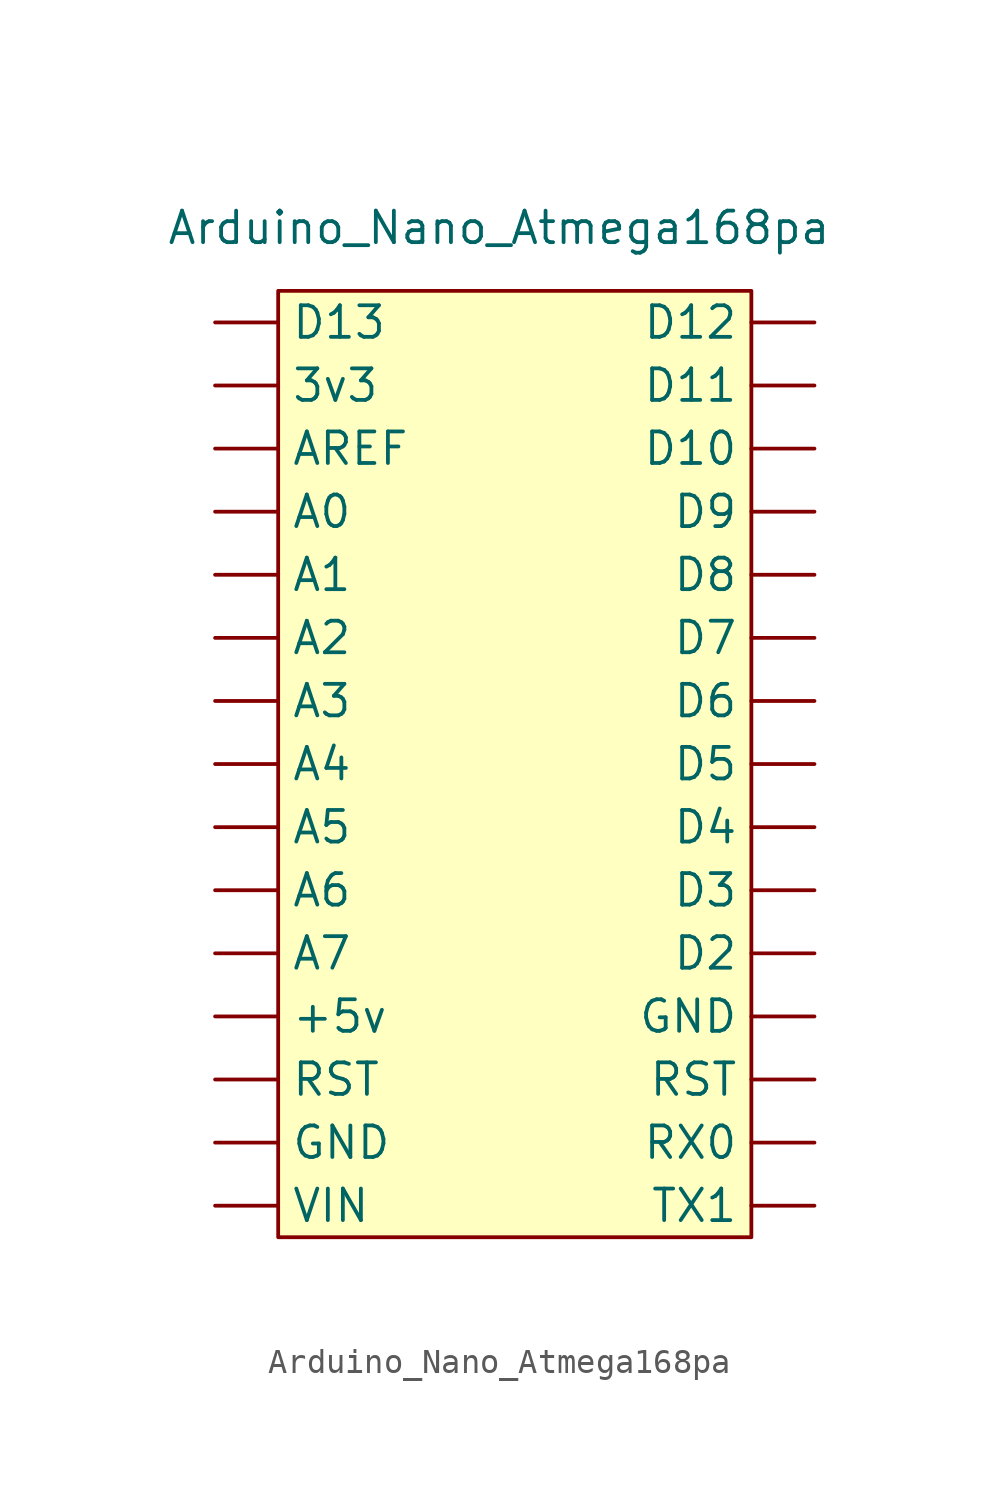
<source format=kicad_sym>
(kicad_symbol_lib
  (version 20211014)
  (generator kicad_symbol_editor)
  (symbol "Arduino_Nano_Atmega168pa"
    (property "Reference" "U"
      (at 15.24 0 0)
      (effects (font (size 1.27 1.27)) hide))
    (property "Value" "Arduino_Nano_Atmega168pa"
      (at 0 0 0)
      (effects (font (size 1.27 1.27))))
    (symbol "Arduino_Nano_Atmega168pa_0_1"
      (rectangle (start -8.89 -2.54) (end 10.16 -40.64) (stroke (width 0) (type default) (color 0 0 0 0)) (fill (type background))))
    (symbol "Arduino_Nano_Atmega168pa_1_1"
      (pin passive line (at -11.43 -31.75 0) (length 2.54) (name "+5v" (effects (font (size 1.27 1.27)))) (number "" (effects (font (size 1.27 1.27)))))
      (pin passive line (at -11.43 -6.35 0) (length 2.54) (name "3v3" (effects (font (size 1.27 1.27)))) (number "" (effects (font (size 1.27 1.27)))))
      (pin passive line (at -11.43 -11.43 0) (length 2.54) (name "A0" (effects (font (size 1.27 1.27)))) (number "" (effects (font (size 1.27 1.27)))))
      (pin passive line (at -11.43 -13.97 0) (length 2.54) (name "A1" (effects (font (size 1.27 1.27)))) (number "" (effects (font (size 1.27 1.27)))))
      (pin passive line (at -11.43 -16.51 0) (length 2.54) (name "A2" (effects (font (size 1.27 1.27)))) (number "" (effects (font (size 1.27 1.27)))))
      (pin passive line (at -11.43 -19.05 0) (length 2.54) (name "A3" (effects (font (size 1.27 1.27)))) (number "" (effects (font (size 1.27 1.27)))))
      (pin passive line (at -11.43 -21.59 0) (length 2.54) (name "A4" (effects (font (size 1.27 1.27)))) (number "" (effects (font (size 1.27 1.27)))))
      (pin passive line (at -11.43 -24.13 0) (length 2.54) (name "A5" (effects (font (size 1.27 1.27)))) (number "" (effects (font (size 1.27 1.27)))))
      (pin passive line (at -11.43 -26.67 0) (length 2.54) (name "A6" (effects (font (size 1.27 1.27)))) (number "" (effects (font (size 1.27 1.27)))))
      (pin passive line (at -11.43 -29.21 0) (length 2.54) (name "A7" (effects (font (size 1.27 1.27)))) (number "" (effects (font (size 1.27 1.27)))))
      (pin passive line (at -11.43 -8.89 0) (length 2.54) (name "AREF" (effects (font (size 1.27 1.27)))) (number "" (effects (font (size 1.27 1.27)))))
      (pin passive line (at 12.7 -8.89 180) (length 2.54) (name "D10" (effects (font (size 1.27 1.27)))) (number "" (effects (font (size 1.27 1.27)))))
      (pin passive line (at 12.7 -6.35 180) (length 2.54) (name "D11" (effects (font (size 1.27 1.27)))) (number "" (effects (font (size 1.27 1.27)))))
      (pin passive line (at 12.7 -3.81 180) (length 2.54) (name "D12" (effects (font (size 1.27 1.27)))) (number "" (effects (font (size 1.27 1.27)))))
      (pin passive line (at -11.43 -3.81 0) (length 2.54) (name "D13" (effects (font (size 1.27 1.27)))) (number "" (effects (font (size 1.27 1.27)))))
      (pin passive line (at 12.7 -29.21 180) (length 2.54) (name "D2" (effects (font (size 1.27 1.27)))) (number "" (effects (font (size 1.27 1.27)))))
      (pin passive line (at 12.7 -26.67 180) (length 2.54) (name "D3" (effects (font (size 1.27 1.27)))) (number "" (effects (font (size 1.27 1.27)))))
      (pin passive line (at 12.7 -24.13 180) (length 2.54) (name "D4" (effects (font (size 1.27 1.27)))) (number "" (effects (font (size 1.27 1.27)))))
      (pin passive line (at 12.7 -21.59 180) (length 2.54) (name "D5" (effects (font (size 1.27 1.27)))) (number "" (effects (font (size 1.27 1.27)))))
      (pin passive line (at 12.7 -19.05 180) (length 2.54) (name "D6" (effects (font (size 1.27 1.27)))) (number "" (effects (font (size 1.27 1.27)))))
      (pin passive line (at 12.7 -16.51 180) (length 2.54) (name "D7" (effects (font (size 1.27 1.27)))) (number "" (effects (font (size 1.27 1.27)))))
      (pin passive line (at 12.7 -13.97 180) (length 2.54) (name "D8" (effects (font (size 1.27 1.27)))) (number "" (effects (font (size 1.27 1.27)))))
      (pin passive line (at 12.7 -11.43 180) (length 2.54) (name "D9" (effects (font (size 1.27 1.27)))) (number "" (effects (font (size 1.27 1.27)))))
      (pin passive line (at -11.43 -36.83 0) (length 2.54) (name "GND" (effects (font (size 1.27 1.27)))) (number "" (effects (font (size 1.27 1.27)))))
      (pin passive line (at 12.7 -31.75 180) (length 2.54) (name "GND" (effects (font (size 1.27 1.27)))) (number "" (effects (font (size 1.27 1.27)))))
      (pin passive line (at -11.43 -34.29 0) (length 2.54) (name "RST" (effects (font (size 1.27 1.27)))) (number "" (effects (font (size 1.27 1.27)))))
      (pin passive line (at 12.7 -34.29 180) (length 2.54) (name "RST" (effects (font (size 1.27 1.27)))) (number "" (effects (font (size 1.27 1.27)))))
      (pin passive line (at 12.7 -36.83 180) (length 2.54) (name "RX0" (effects (font (size 1.27 1.27)))) (number "" (effects (font (size 1.27 1.27)))))
      (pin passive line (at 12.7 -39.37 180) (length 2.54) (name "TX1" (effects (font (size 1.27 1.27)))) (number "" (effects (font (size 1.27 1.27)))))
      (pin passive line (at -11.43 -39.37 0) (length 2.54) (name "VIN" (effects (font (size 1.27 1.27)))) (number "" (effects (font (size 1.27 1.27))))))))
</source>
